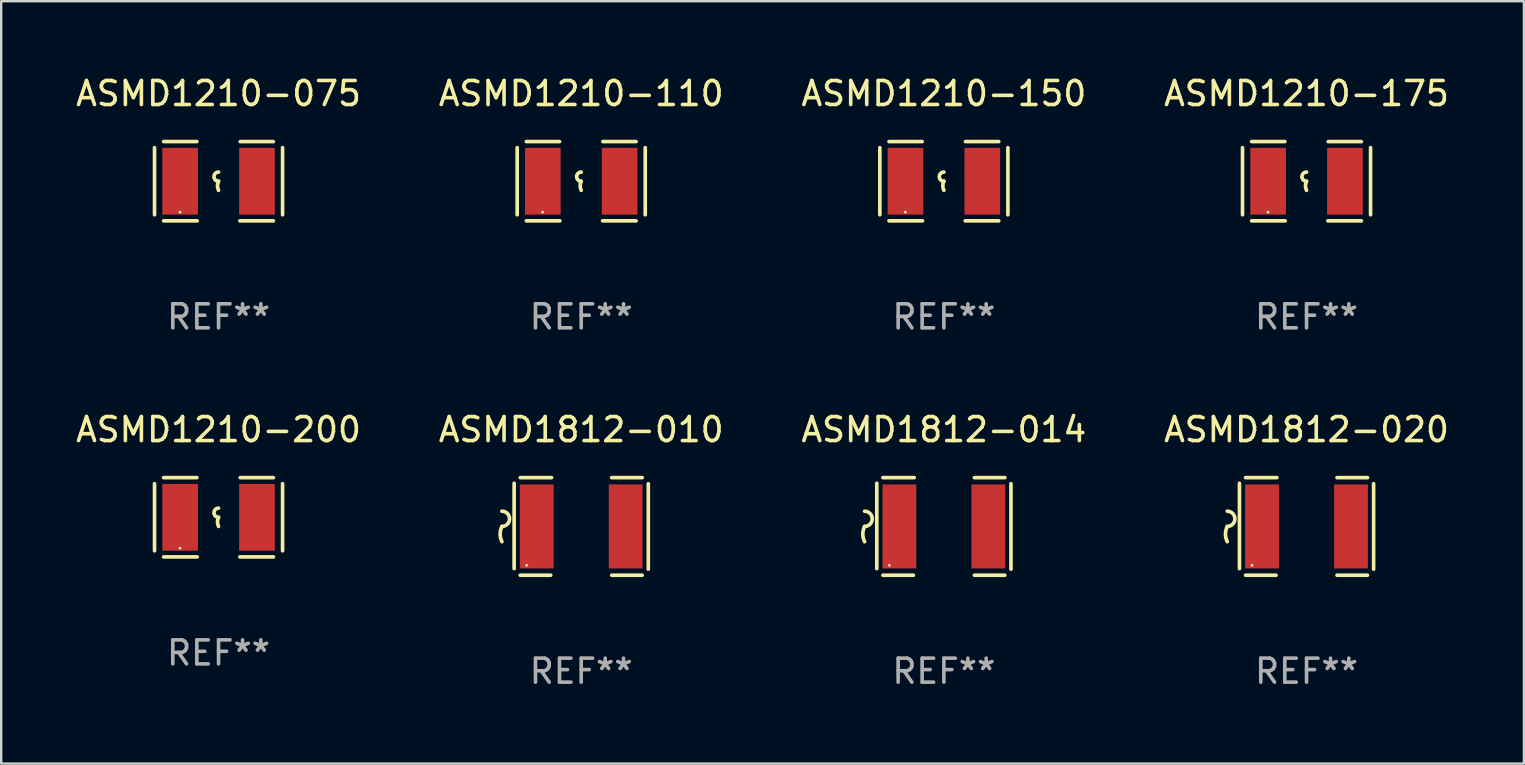
<source format=kicad_pcb>
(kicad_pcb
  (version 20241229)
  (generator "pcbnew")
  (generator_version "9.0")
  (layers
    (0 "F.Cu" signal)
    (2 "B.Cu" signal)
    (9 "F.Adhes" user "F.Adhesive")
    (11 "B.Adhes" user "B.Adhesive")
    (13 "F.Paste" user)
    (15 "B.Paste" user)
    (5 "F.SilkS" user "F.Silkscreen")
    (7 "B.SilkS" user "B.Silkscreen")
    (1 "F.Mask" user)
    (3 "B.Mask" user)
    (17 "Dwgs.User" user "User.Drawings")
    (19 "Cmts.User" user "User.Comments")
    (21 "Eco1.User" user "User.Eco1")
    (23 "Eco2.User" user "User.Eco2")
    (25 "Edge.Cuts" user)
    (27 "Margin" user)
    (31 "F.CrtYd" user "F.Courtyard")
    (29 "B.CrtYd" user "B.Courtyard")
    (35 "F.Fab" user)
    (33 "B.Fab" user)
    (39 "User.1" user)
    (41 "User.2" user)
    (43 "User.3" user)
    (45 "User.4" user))
  (footprint "ASMD1210-150"
    (layer "F.Cu")
    (at 36.268 4.499)
    (property "Reference" "ASMD1210-150" (at 0 -3.651 0) (layer "F.SilkS") (effects (font (size 1 1) (thickness 0.15))))
    (attr through_hole)
    (fp_line (start -2.667 -1.397) (end -2.667 1.397) (stroke (width 0.152) (type solid)) (layer "F.SilkS"))
    (fp_line (start -2.286 -1.651) (end -0.903 -1.651) (stroke (width 0.152) (type solid)) (layer "F.SilkS"))
    (fp_line (start -0.889 1.651) (end -2.286 1.651) (stroke (width 0.152) (type solid)) (layer "F.SilkS"))
    (fp_line (start 0.889 1.651) (end 2.286 1.651) (stroke (width 0.152) (type solid)) (layer "F.SilkS"))
    (fp_line (start 2.286 -1.651) (end 0.903 -1.651) (stroke (width 0.152) (type solid)) (layer "F.SilkS"))
    (fp_line (start 2.667 -1.397) (end 2.667 1.397) (stroke (width 0.152) (type solid)) (layer "F.SilkS"))
    (fp_arc (start 0 0) (mid -0.1905 -0.1905) (end 0 -0.381) (stroke (width 0.151994) (type solid)) (layer "F.SilkS"))
    (fp_arc (start 0 0.381001) (mid -0.044971 0.1905) (end 0 0) (stroke (width 0.151994) (type solid)) (layer "F.SilkS"))
    (fp_circle (center -1.608 1.288) (end -1.578 1.288) (stroke (width 0.06) (type solid)) (fill no) (layer "F.SilkS"))
    (fp_text user "REF**" (at 0 5.651 0) (layer "F.Fab") (effects (font (size 1 1) (thickness 0.15))))
    (pad "1" smd rect (at -1.6 0) (size 1.485 2.781) (layers "F.Cu" "F.Mask" "F.Paste"))
    (pad "2" smd rect (at 1.6 0) (size 1.485 2.781) (layers "F.Cu" "F.Mask" "F.Paste")))
  (footprint "ASMD1210-175"
    (layer "F.Cu")
    (at 51.375 4.499)
    (property "Reference" "ASMD1210-175" (at 0 -3.651 0) (layer "F.SilkS") (effects (font (size 1 1) (thickness 0.15))))
    (attr through_hole)
    (fp_line (start -2.667 -1.397) (end -2.667 1.397) (stroke (width 0.152) (type solid)) (layer "F.SilkS"))
    (fp_line (start -2.286 -1.651) (end -0.903 -1.651) (stroke (width 0.152) (type solid)) (layer "F.SilkS"))
    (fp_line (start -0.889 1.651) (end -2.286 1.651) (stroke (width 0.152) (type solid)) (layer "F.SilkS"))
    (fp_line (start 0.889 1.651) (end 2.286 1.651) (stroke (width 0.152) (type solid)) (layer "F.SilkS"))
    (fp_line (start 2.286 -1.651) (end 0.903 -1.651) (stroke (width 0.152) (type solid)) (layer "F.SilkS"))
    (fp_line (start 2.667 -1.397) (end 2.667 1.397) (stroke (width 0.152) (type solid)) (layer "F.SilkS"))
    (fp_arc (start 0 0) (mid -0.1905 -0.1905) (end 0 -0.381) (stroke (width 0.151994) (type solid)) (layer "F.SilkS"))
    (fp_arc (start 0 0.381001) (mid -0.044971 0.1905) (end 0 0) (stroke (width 0.151994) (type solid)) (layer "F.SilkS"))
    (fp_circle (center -1.608 1.288) (end -1.578 1.288) (stroke (width 0.06) (type solid)) (fill no) (layer "F.SilkS"))
    (fp_text user "REF**" (at 0 5.651 0) (layer "F.Fab") (effects (font (size 1 1) (thickness 0.15))))
    (pad "1" smd rect (at -1.6 0) (size 1.485 2.781) (layers "F.Cu" "F.Mask" "F.Paste"))
    (pad "2" smd rect (at 1.6 0) (size 1.485 2.781) (layers "F.Cu" "F.Mask" "F.Paste")))
  (footprint "ASMD1812-014"
    (layer "F.Cu")
    (at 36.268 18.879)
    (property "Reference" "ASMD1812-014" (at 0 -4.032 0) (layer "F.SilkS") (effects (font (size 1 1) (thickness 0.15))))
    (attr through_hole)
    (fp_line (start -2.794 -1.798) (end -2.794 1.758) (stroke (width 0.152) (type solid)) (layer "F.SilkS"))
    (fp_line (start -2.54 -2.032) (end -1.235 -2.032) (stroke (width 0.152) (type solid)) (layer "F.SilkS"))
    (fp_line (start -1.27 2.032) (end -2.54 2.032) (stroke (width 0.152) (type solid)) (layer "F.SilkS"))
    (fp_line (start 1.27 2.032) (end 2.54 2.032) (stroke (width 0.152) (type solid)) (layer "F.SilkS"))
    (fp_line (start 2.54 -2.032) (end 1.27 -2.032) (stroke (width 0.152) (type solid)) (layer "F.SilkS"))
    (fp_line (start 2.794 -1.778) (end 2.794 1.778) (stroke (width 0.152) (type solid)) (layer "F.SilkS"))
    (fp_arc (start -3.302007 -0.635002) (mid -2.984506 -0.317501) (end -3.302007 0) (stroke (width 0.151994) (type solid)) (layer "F.SilkS"))
    (fp_arc (start -3.302007 0.635002) (mid -3.376959 0.317501) (end -3.302007 0) (stroke (width 0.151994) (type solid)) (layer "F.SilkS"))
    (fp_circle (center -2.275 1.62) (end -2.245 1.62) (stroke (width 0.06) (type solid)) (fill no) (layer "F.SilkS"))
    (fp_text user "REF**" (at 0 6.032 0) (layer "F.Fab") (effects (font (size 1 1) (thickness 0.15))))
    (pad "1" smd rect (at -1.853 0) (size 1.407 3.499) (layers "F.Cu" "F.Mask" "F.Paste"))
    (pad "2" smd rect (at 1.853 0) (size 1.407 3.499) (layers "F.Cu" "F.Mask" "F.Paste")))
  (footprint "ASMD1812-010"
    (layer "F.Cu")
    (at 21.161 18.879)
    (property "Reference" "ASMD1812-010" (at 0 -4.032 0) (layer "F.SilkS") (effects (font (size 1 1) (thickness 0.15))))
    (attr through_hole)
    (fp_line (start -2.794 -1.798) (end -2.794 1.758) (stroke (width 0.152) (type solid)) (layer "F.SilkS"))
    (fp_line (start -2.54 -2.032) (end -1.235 -2.032) (stroke (width 0.152) (type solid)) (layer "F.SilkS"))
    (fp_line (start -1.27 2.032) (end -2.54 2.032) (stroke (width 0.152) (type solid)) (layer "F.SilkS"))
    (fp_line (start 1.27 2.032) (end 2.54 2.032) (stroke (width 0.152) (type solid)) (layer "F.SilkS"))
    (fp_line (start 2.54 -2.032) (end 1.27 -2.032) (stroke (width 0.152) (type solid)) (layer "F.SilkS"))
    (fp_line (start 2.794 -1.778) (end 2.794 1.778) (stroke (width 0.152) (type solid)) (layer "F.SilkS"))
    (fp_arc (start -3.302007 -0.635002) (mid -2.984506 -0.317501) (end -3.302007 0) (stroke (width 0.151994) (type solid)) (layer "F.SilkS"))
    (fp_arc (start -3.302007 0.635002) (mid -3.376959 0.317501) (end -3.302007 0) (stroke (width 0.151994) (type solid)) (layer "F.SilkS"))
    (fp_circle (center -2.275 1.62) (end -2.245 1.62) (stroke (width 0.06) (type solid)) (fill no) (layer "F.SilkS"))
    (fp_text user "REF**" (at 0 6.032 0) (layer "F.Fab") (effects (font (size 1 1) (thickness 0.15))))
    (pad "1" smd rect (at -1.853 0) (size 1.407 3.499) (layers "F.Cu" "F.Mask" "F.Paste"))
    (pad "2" smd rect (at 1.853 0) (size 1.407 3.499) (layers "F.Cu" "F.Mask" "F.Paste")))
  (footprint "ASMD1210-075"
    (layer "F.Cu")
    (at 6.054 4.499)
    (property "Reference" "ASMD1210-075" (at 0 -3.651 0) (layer "F.SilkS") (effects (font (size 1 1) (thickness 0.15))))
    (attr through_hole)
    (fp_line (start -2.667 -1.397) (end -2.667 1.397) (stroke (width 0.152) (type solid)) (layer "F.SilkS"))
    (fp_line (start -2.286 -1.651) (end -0.903 -1.651) (stroke (width 0.152) (type solid)) (layer "F.SilkS"))
    (fp_line (start -0.889 1.651) (end -2.286 1.651) (stroke (width 0.152) (type solid)) (layer "F.SilkS"))
    (fp_line (start 0.889 1.651) (end 2.286 1.651) (stroke (width 0.152) (type solid)) (layer "F.SilkS"))
    (fp_line (start 2.286 -1.651) (end 0.903 -1.651) (stroke (width 0.152) (type solid)) (layer "F.SilkS"))
    (fp_line (start 2.667 -1.397) (end 2.667 1.397) (stroke (width 0.152) (type solid)) (layer "F.SilkS"))
    (fp_arc (start 0 0) (mid -0.1905 -0.1905) (end 0 -0.381) (stroke (width 0.151994) (type solid)) (layer "F.SilkS"))
    (fp_arc (start 0 0.381001) (mid -0.044971 0.1905) (end 0 0) (stroke (width 0.151994) (type solid)) (layer "F.SilkS"))
    (fp_circle (center -1.608 1.288) (end -1.578 1.288) (stroke (width 0.06) (type solid)) (fill no) (layer "F.SilkS"))
    (fp_text user "REF**" (at 0 5.651 0) (layer "F.Fab") (effects (font (size 1 1) (thickness 0.15))))
    (pad "1" smd rect (at -1.6 0) (size 1.485 2.781) (layers "F.Cu" "F.Mask" "F.Paste"))
    (pad "2" smd rect (at 1.6 0) (size 1.485 2.781) (layers "F.Cu" "F.Mask" "F.Paste")))
  (footprint "ASMD1210-200"
    (layer "F.Cu")
    (at 6.054 18.498)
    (property "Reference" "ASMD1210-200" (at 0 -3.651 0) (layer "F.SilkS") (effects (font (size 1 1) (thickness 0.15))))
    (attr through_hole)
    (fp_line (start -2.667 -1.397) (end -2.667 1.397) (stroke (width 0.152) (type solid)) (layer "F.SilkS"))
    (fp_line (start -2.286 -1.651) (end -0.903 -1.651) (stroke (width 0.152) (type solid)) (layer "F.SilkS"))
    (fp_line (start -0.889 1.651) (end -2.286 1.651) (stroke (width 0.152) (type solid)) (layer "F.SilkS"))
    (fp_line (start 0.889 1.651) (end 2.286 1.651) (stroke (width 0.152) (type solid)) (layer "F.SilkS"))
    (fp_line (start 2.286 -1.651) (end 0.903 -1.651) (stroke (width 0.152) (type solid)) (layer "F.SilkS"))
    (fp_line (start 2.667 -1.397) (end 2.667 1.397) (stroke (width 0.152) (type solid)) (layer "F.SilkS"))
    (fp_arc (start 0 0) (mid -0.1905 -0.1905) (end 0 -0.381) (stroke (width 0.151994) (type solid)) (layer "F.SilkS"))
    (fp_arc (start 0 0.381001) (mid -0.044971 0.1905) (end 0 0) (stroke (width 0.151994) (type solid)) (layer "F.SilkS"))
    (fp_circle (center -1.608 1.288) (end -1.578 1.288) (stroke (width 0.06) (type solid)) (fill no) (layer "F.SilkS"))
    (fp_text user "REF**" (at 0 5.651 0) (layer "F.Fab") (effects (font (size 1 1) (thickness 0.15))))
    (pad "1" smd rect (at -1.6 0) (size 1.485 2.781) (layers "F.Cu" "F.Mask" "F.Paste"))
    (pad "2" smd rect (at 1.6 0) (size 1.485 2.781) (layers "F.Cu" "F.Mask" "F.Paste")))
  (footprint "ASMD1210-110"
    (layer "F.Cu")
    (at 21.161 4.499)
    (property "Reference" "ASMD1210-110" (at 0 -3.651 0) (layer "F.SilkS") (effects (font (size 1 1) (thickness 0.15))))
    (attr through_hole)
    (fp_line (start -2.667 -1.397) (end -2.667 1.397) (stroke (width 0.152) (type solid)) (layer "F.SilkS"))
    (fp_line (start -2.286 -1.651) (end -0.903 -1.651) (stroke (width 0.152) (type solid)) (layer "F.SilkS"))
    (fp_line (start -0.889 1.651) (end -2.286 1.651) (stroke (width 0.152) (type solid)) (layer "F.SilkS"))
    (fp_line (start 0.889 1.651) (end 2.286 1.651) (stroke (width 0.152) (type solid)) (layer "F.SilkS"))
    (fp_line (start 2.286 -1.651) (end 0.903 -1.651) (stroke (width 0.152) (type solid)) (layer "F.SilkS"))
    (fp_line (start 2.667 -1.397) (end 2.667 1.397) (stroke (width 0.152) (type solid)) (layer "F.SilkS"))
    (fp_arc (start 0 0) (mid -0.1905 -0.1905) (end 0 -0.381) (stroke (width 0.151994) (type solid)) (layer "F.SilkS"))
    (fp_arc (start 0 0.381001) (mid -0.044971 0.1905) (end 0 0) (stroke (width 0.151994) (type solid)) (layer "F.SilkS"))
    (fp_circle (center -1.608 1.288) (end -1.578 1.288) (stroke (width 0.06) (type solid)) (fill no) (layer "F.SilkS"))
    (fp_text user "REF**" (at 0 5.651 0) (layer "F.Fab") (effects (font (size 1 1) (thickness 0.15))))
    (pad "1" smd rect (at -1.6 0) (size 1.485 2.781) (layers "F.Cu" "F.Mask" "F.Paste"))
    (pad "2" smd rect (at 1.6 0) (size 1.485 2.781) (layers "F.Cu" "F.Mask" "F.Paste")))
  (footprint "ASMD1812-020"
    (layer "F.Cu")
    (at 51.375 18.879)
    (property "Reference" "ASMD1812-020" (at 0 -4.032 0) (layer "F.SilkS") (effects (font (size 1 1) (thickness 0.15))))
    (attr through_hole)
    (fp_line (start -2.794 -1.798) (end -2.794 1.758) (stroke (width 0.152) (type solid)) (layer "F.SilkS"))
    (fp_line (start -2.54 -2.032) (end -1.235 -2.032) (stroke (width 0.152) (type solid)) (layer "F.SilkS"))
    (fp_line (start -1.27 2.032) (end -2.54 2.032) (stroke (width 0.152) (type solid)) (layer "F.SilkS"))
    (fp_line (start 1.27 2.032) (end 2.54 2.032) (stroke (width 0.152) (type solid)) (layer "F.SilkS"))
    (fp_line (start 2.54 -2.032) (end 1.27 -2.032) (stroke (width 0.152) (type solid)) (layer "F.SilkS"))
    (fp_line (start 2.794 -1.778) (end 2.794 1.778) (stroke (width 0.152) (type solid)) (layer "F.SilkS"))
    (fp_arc (start -3.302007 -0.635002) (mid -2.984506 -0.317501) (end -3.302007 0) (stroke (width 0.151994) (type solid)) (layer "F.SilkS"))
    (fp_arc (start -3.302007 0.635002) (mid -3.376959 0.317501) (end -3.302007 0) (stroke (width 0.151994) (type solid)) (layer "F.SilkS"))
    (fp_circle (center -2.275 1.62) (end -2.245 1.62) (stroke (width 0.06) (type solid)) (fill no) (layer "F.SilkS"))
    (fp_text user "REF**" (at 0 6.032 0) (layer "F.Fab") (effects (font (size 1 1) (thickness 0.15))))
    (pad "1" smd rect (at -1.853 0) (size 1.407 3.499) (layers "F.Cu" "F.Mask" "F.Paste"))
    (pad "2" smd rect (at 1.853 0) (size 1.407 3.499) (layers "F.Cu" "F.Mask" "F.Paste")))
  (gr_rect
    (start -3 -3)
    (end 60.429 28.759)
    (stroke (width 0.1) (type default))
    (fill no)
    (layer "Edge.Cuts")))
</source>
